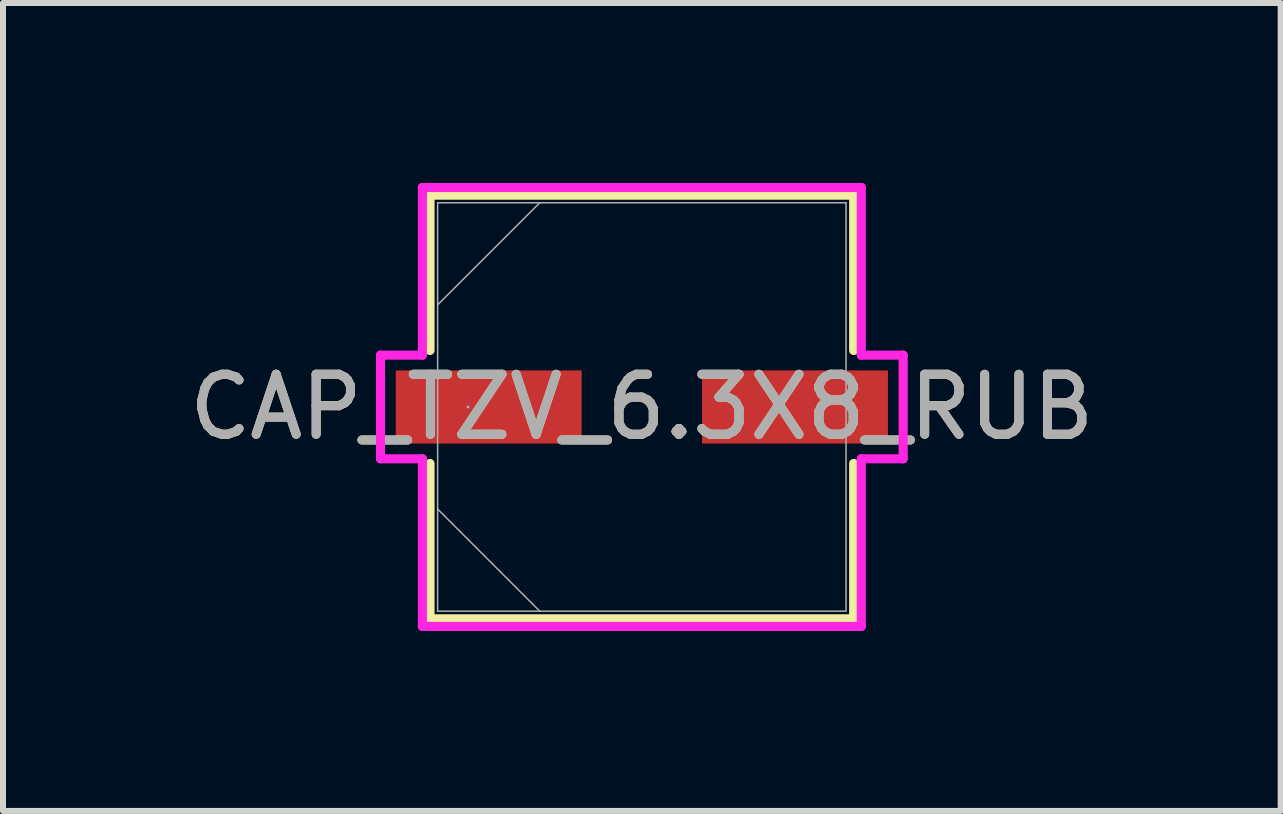
<source format=kicad_pcb>
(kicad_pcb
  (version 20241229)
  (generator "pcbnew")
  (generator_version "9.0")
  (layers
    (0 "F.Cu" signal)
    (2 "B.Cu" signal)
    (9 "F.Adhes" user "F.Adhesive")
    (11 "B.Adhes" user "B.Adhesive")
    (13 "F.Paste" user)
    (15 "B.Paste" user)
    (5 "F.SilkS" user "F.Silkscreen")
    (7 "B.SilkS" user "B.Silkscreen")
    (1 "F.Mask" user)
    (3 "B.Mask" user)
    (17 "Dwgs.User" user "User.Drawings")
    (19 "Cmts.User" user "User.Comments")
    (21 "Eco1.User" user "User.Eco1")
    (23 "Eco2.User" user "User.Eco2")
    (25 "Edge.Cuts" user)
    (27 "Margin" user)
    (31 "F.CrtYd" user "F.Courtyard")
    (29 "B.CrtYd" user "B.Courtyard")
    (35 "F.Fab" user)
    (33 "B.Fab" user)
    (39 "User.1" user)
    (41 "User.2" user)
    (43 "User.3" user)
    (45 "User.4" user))
  (footprint "CAP_TZV_6.3X8_RUB"
    (layer "F.Cu")
    (at 7.649 3.734)
    (property "Reference" "CAP_TZV_6.3X8_RUB" (at 0 0 0) (unlocked yes) (layer "F.SilkS") (effects (font (size 1 1) (thickness 0.15))))
    (attr smd)
    (fp_line (start -3.531 -3.531) (end -3.531 -0.942) (stroke (width 0.152) (type solid)) (layer "F.SilkS"))
    (fp_line (start -3.531 0.942) (end -3.531 3.531) (stroke (width 0.152) (type solid)) (layer "F.SilkS"))
    (fp_line (start -3.531 3.531) (end 3.531 3.531) (stroke (width 0.152) (type solid)) (layer "F.SilkS"))
    (fp_line (start 3.531 -3.531) (end -3.531 -3.531) (stroke (width 0.152) (type solid)) (layer "F.SilkS"))
    (fp_line (start 3.531 -0.942) (end 3.531 -3.531) (stroke (width 0.152) (type solid)) (layer "F.SilkS"))
    (fp_line (start 3.531 3.531) (end 3.531 0.942) (stroke (width 0.152) (type solid)) (layer "F.SilkS"))
    (fp_line (start -4.356 -0.864) (end -3.658 -0.864) (stroke (width 0.152) (type solid)) (layer "F.CrtYd"))
    (fp_line (start -4.356 0.864) (end -4.356 -0.864) (stroke (width 0.152) (type solid)) (layer "F.CrtYd"))
    (fp_line (start -3.658 -3.658) (end 3.658 -3.658) (stroke (width 0.152) (type solid)) (layer "F.CrtYd"))
    (fp_line (start -3.658 -0.864) (end -3.658 -3.658) (stroke (width 0.152) (type solid)) (layer "F.CrtYd"))
    (fp_line (start -3.658 0.864) (end -4.356 0.864) (stroke (width 0.152) (type solid)) (layer "F.CrtYd"))
    (fp_line (start -3.658 3.658) (end -3.658 0.864) (stroke (width 0.152) (type solid)) (layer "F.CrtYd"))
    (fp_line (start 3.658 -3.658) (end 3.658 -0.864) (stroke (width 0.152) (type solid)) (layer "F.CrtYd"))
    (fp_line (start 3.658 -0.864) (end 4.356 -0.864) (stroke (width 0.152) (type solid)) (layer "F.CrtYd"))
    (fp_line (start 3.658 0.864) (end 3.658 3.658) (stroke (width 0.152) (type solid)) (layer "F.CrtYd"))
    (fp_line (start 3.658 3.658) (end -3.658 3.658) (stroke (width 0.152) (type solid)) (layer "F.CrtYd"))
    (fp_line (start 4.356 -0.864) (end 4.356 0.864) (stroke (width 0.152) (type solid)) (layer "F.CrtYd"))
    (fp_line (start 4.356 0.864) (end 3.658 0.864) (stroke (width 0.152) (type solid)) (layer "F.CrtYd"))
    (fp_line (start -3.404 -3.404) (end -3.404 3.404) (stroke (width 0.025) (type solid)) (layer "F.Fab"))
    (fp_line (start -3.404 -1.702) (end -1.702 -3.404) (stroke (width 0.025) (type solid)) (layer "F.Fab"))
    (fp_line (start -3.404 1.702) (end -1.702 3.404) (stroke (width 0.025) (type solid)) (layer "F.Fab"))
    (fp_line (start -3.404 3.404) (end 3.404 3.404) (stroke (width 0.025) (type solid)) (layer "F.Fab"))
    (fp_line (start 3.404 -3.404) (end -3.404 -3.404) (stroke (width 0.025) (type solid)) (layer "F.Fab"))
    (fp_line (start 3.404 3.404) (end 3.404 -3.404) (stroke (width 0.025) (type solid)) (layer "F.Fab"))
    (fp_circle (center -2.896 0) (end -2.896 0) (stroke (width 0.025) (type solid)) (fill no) (layer "F.Fab"))
    (fp_text user "${REFERENCE}" (at 0 0 0) (unlocked yes) (layer "F.Fab") (effects (font (size 1 1) (thickness 0.15))))
    (pad "1" smd rect (at -2.553 0) (size 3.099 1.219) (layers "F.Cu" "F.Mask" "F.Paste"))
    (pad "2" smd rect (at 2.553 0) (size 3.099 1.219) (layers "F.Cu" "F.Mask" "F.Paste"))
    (zone (net_name "") (layer "F.Cu") (hatch full 0.508) (connect_pads) (min_thickness 0.254) (filled_areas_thickness no) (keepout (tracks not_allowed) (vias not_allowed) (pads allowed) (copperpour not_allowed) (footprints allowed)) (placement (enabled no)) (fill) (polygon (pts (xy 4.296 0.381) (xy 11.002 0.381) (xy 11.002 3.073) (xy 4.296 3.073))))
    (zone (net_name "") (layer "F.Cu") (hatch full 0.508) (connect_pads) (min_thickness 0.254) (filled_areas_thickness no) (keepout (tracks not_allowed) (vias not_allowed) (pads allowed) (copperpour not_allowed) (footprints allowed)) (placement (enabled no)) (fill) (polygon (pts (xy 4.296 4.394) (xy 11.002 4.394) (xy 11.002 7.087) (xy 4.296 7.087))))
    (zone (net_name "") (layer "F.Cu") (hatch full 0.508) (connect_pads) (min_thickness 0.254) (filled_areas_thickness no) (keepout (tracks not_allowed) (vias not_allowed) (pads allowed) (copperpour not_allowed) (footprints allowed)) (placement (enabled no)) (fill) (polygon (pts (xy 6.696 3.073) (xy 8.601 3.073) (xy 8.601 4.394) (xy 6.696 4.394)))))
  (gr_rect
    (start -3 -3)
    (end 18.298 10.468)
    (stroke (width 0.1) (type default))
    (fill no)
    (layer "Edge.Cuts")))
</source>
